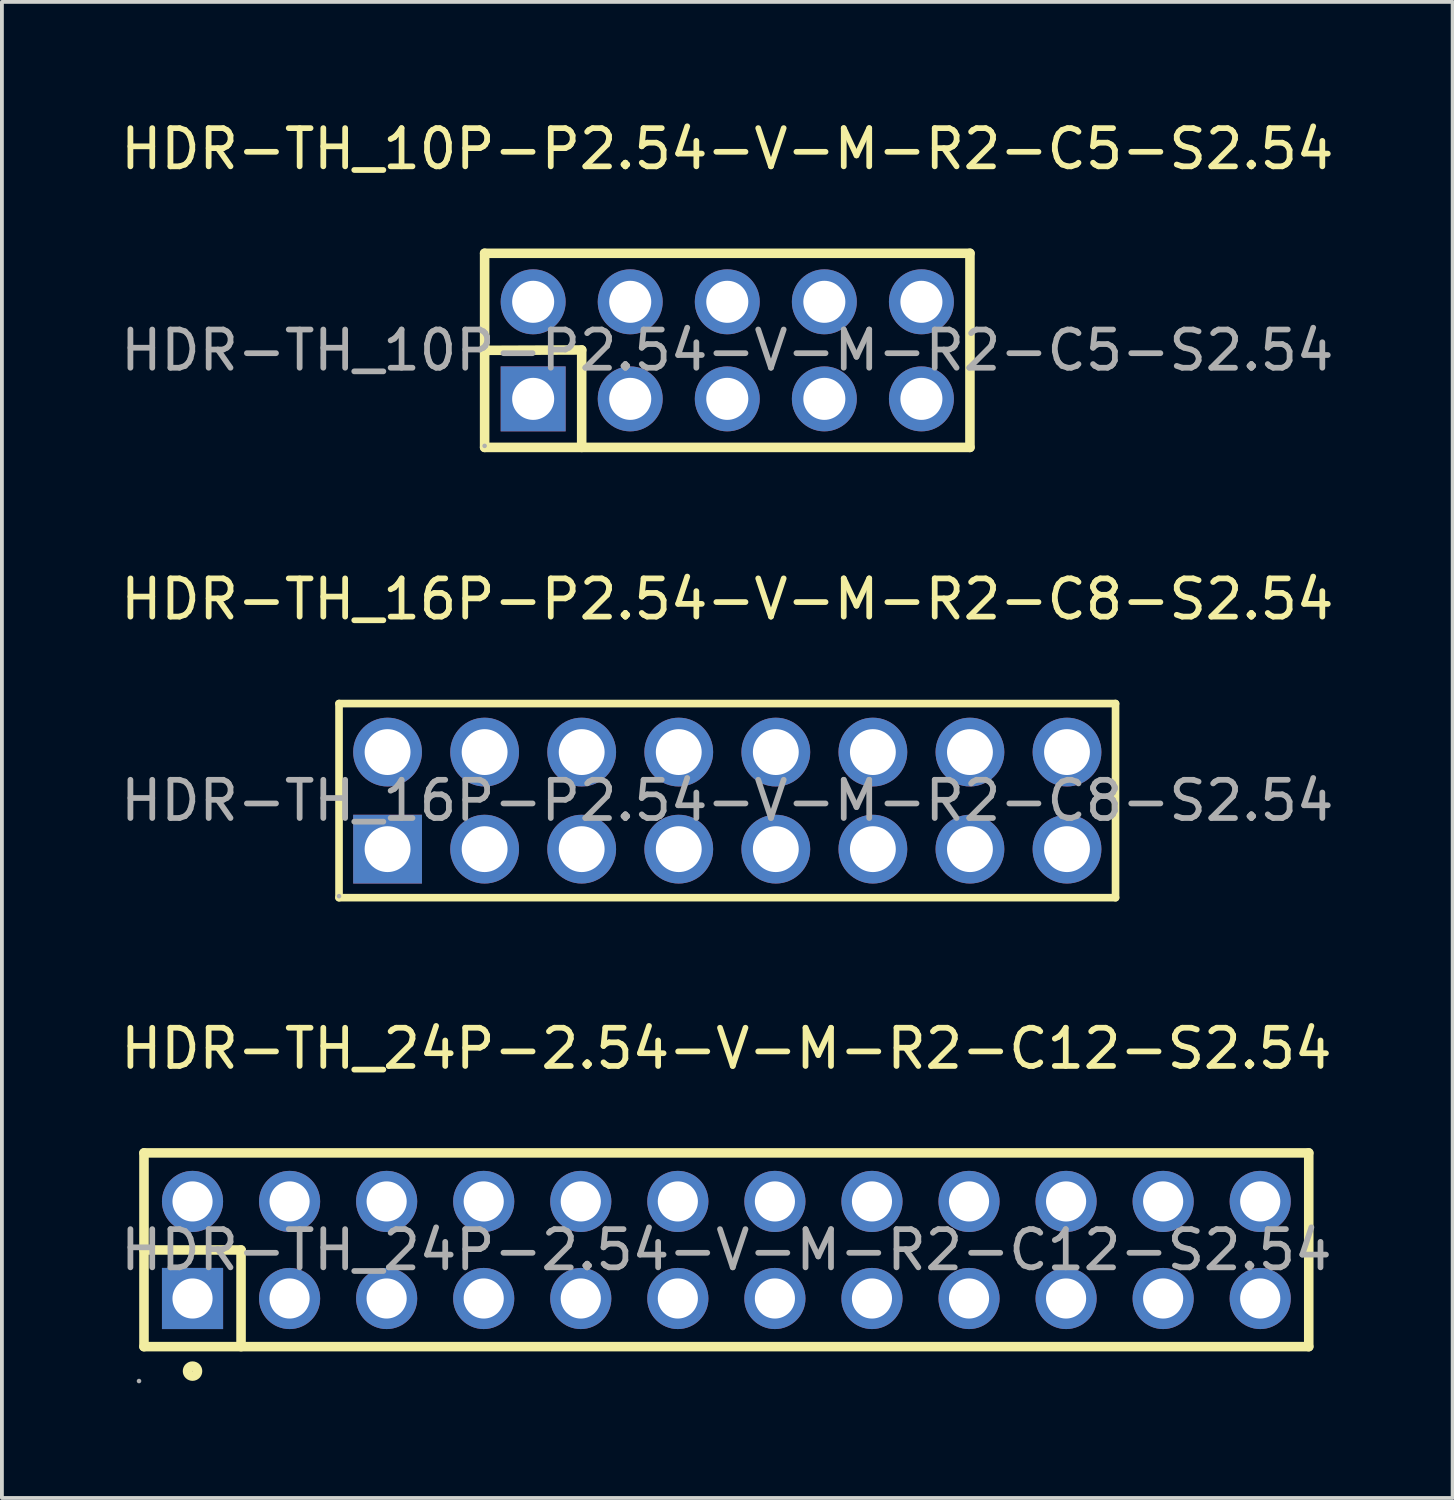
<source format=kicad_pcb>
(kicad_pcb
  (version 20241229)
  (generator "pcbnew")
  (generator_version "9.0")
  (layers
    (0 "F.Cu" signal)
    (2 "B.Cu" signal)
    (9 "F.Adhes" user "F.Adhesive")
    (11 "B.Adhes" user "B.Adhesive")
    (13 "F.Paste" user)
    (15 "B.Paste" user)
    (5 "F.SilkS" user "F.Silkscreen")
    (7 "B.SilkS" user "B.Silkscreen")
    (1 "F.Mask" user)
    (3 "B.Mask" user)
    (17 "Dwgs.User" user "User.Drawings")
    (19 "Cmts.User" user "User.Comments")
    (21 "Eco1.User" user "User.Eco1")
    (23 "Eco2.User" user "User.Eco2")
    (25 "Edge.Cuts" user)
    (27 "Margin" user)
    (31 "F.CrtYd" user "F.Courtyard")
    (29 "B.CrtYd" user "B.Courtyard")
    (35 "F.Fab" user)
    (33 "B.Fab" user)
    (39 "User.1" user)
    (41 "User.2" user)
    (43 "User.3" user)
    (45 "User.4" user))
  (footprint "HDR-TH_10P-P2.54-V-M-R2-C5-S2.54"
    (layer "F.Cu")
    (at 15.982 6.118)
    (property "Reference" "HDR-TH_10P-P2.54-V-M-R2-C5-S2.54" (at 0 -5.27 0) (layer "F.SilkS") (effects (font (size 1 1) (thickness 0.15))))
    (attr through_hole)
    (fp_line (start -6.35 -2.54) (end -6.35 2.54) (stroke (width 0.25) (type solid)) (layer "F.SilkS"))
    (fp_line (start -6.35 -2.54) (end 6.35 -2.54) (stroke (width 0.25) (type solid)) (layer "F.SilkS"))
    (fp_line (start -6.35 0) (end -3.81 -0.01) (stroke (width 0.25) (type solid)) (layer "F.SilkS"))
    (fp_line (start -6.35 2.54) (end 6.35 2.54) (stroke (width 0.25) (type solid)) (layer "F.SilkS"))
    (fp_line (start -3.81 -0.01) (end -3.81 2.54) (stroke (width 0.25) (type solid)) (layer "F.SilkS"))
    (fp_line (start 6.35 -2.54) (end 6.35 2.54) (stroke (width 0.25) (type solid)) (layer "F.SilkS"))
    (fp_circle (center -6.35 2.5) (end -6.32 2.5) (stroke (width 0.06) (type solid)) (fill no) (layer "F.Fab"))
    (fp_text user "${REFERENCE}" (at 0 0 0) (layer "F.Fab") (effects (font (size 1 1) (thickness 0.15))))
    (pad "1" thru_hole rect (at -5.08 1.27) (size 1.7 1.7) (drill 1.1) (layers "*.Cu" "*.Mask"))
    (pad "2" thru_hole circle (at -5.08 -1.27) (size 1.7 1.7) (drill 1.1) (layers "*.Cu" "*.Mask"))
    (pad "3" thru_hole circle (at -2.54 1.27) (size 1.7 1.7) (drill 1.1) (layers "*.Cu" "*.Mask"))
    (pad "4" thru_hole circle (at -2.54 -1.27) (size 1.7 1.7) (drill 1.1) (layers "*.Cu" "*.Mask"))
    (pad "5" thru_hole circle (at 0 1.27) (size 1.7 1.7) (drill 1.1) (layers "*.Cu" "*.Mask"))
    (pad "6" thru_hole circle (at 0 -1.27) (size 1.7 1.7) (drill 1.1) (layers "*.Cu" "*.Mask"))
    (pad "7" thru_hole circle (at 2.54 1.27) (size 1.7 1.7) (drill 1.1) (layers "*.Cu" "*.Mask"))
    (pad "8" thru_hole circle (at 2.54 -1.27) (size 1.7 1.7) (drill 1.1) (layers "*.Cu" "*.Mask"))
    (pad "9" thru_hole circle (at 5.08 1.27) (size 1.7 1.7) (drill 1.1) (layers "*.Cu" "*.Mask"))
    (pad "10" thru_hole circle (at 5.08 -1.27) (size 1.7 1.7) (drill 1.1) (layers "*.Cu" "*.Mask")))
  (footprint "HDR-TH_24P-2.54-V-M-R2-C12-S2.54"
    (layer "F.Cu")
    (at 15.958 29.66)
    (property "Reference" "HDR-TH_24P-2.54-V-M-R2-C12-S2.54" (at 0 -5.27 0) (layer "F.SilkS") (effects (font (size 1 1) (thickness 0.15))))
    (attr through_hole)
    (fp_line (start -15.24 -2.54) (end 15.24 -2.54) (stroke (width 0.25) (type solid)) (layer "F.SilkS"))
    (fp_line (start -15.24 0) (end -12.7 0) (stroke (width 0.25) (type solid)) (layer "F.SilkS"))
    (fp_line (start -15.24 2.53) (end -15.24 -2.54) (stroke (width 0.25) (type solid)) (layer "F.SilkS"))
    (fp_line (start -12.7 0) (end -12.7 2.53) (stroke (width 0.25) (type solid)) (layer "F.SilkS"))
    (fp_line (start 15.24 -2.54) (end 15.24 2.53) (stroke (width 0.25) (type solid)) (layer "F.SilkS"))
    (fp_line (start 15.24 2.53) (end -15.24 2.53) (stroke (width 0.25) (type solid)) (layer "F.SilkS"))
    (fp_circle (center -13.97 3.17) (end -13.84 3.17) (stroke (width 0.25) (type solid)) (fill no) (layer "F.SilkS"))
    (fp_circle (center -15.37 3.43) (end -15.34 3.43) (stroke (width 0.06) (type solid)) (fill no) (layer "F.Fab"))
    (fp_circle (center -13.97 -1.27) (end -13.76 -1.27) (stroke (width 0.42) (type solid)) (fill no) (layer "F.Fab"))
    (fp_circle (center -13.97 1.27) (end -13.76 1.27) (stroke (width 0.42) (type solid)) (fill no) (layer "F.Fab"))
    (fp_circle (center -11.43 -1.27) (end -11.22 -1.27) (stroke (width 0.42) (type solid)) (fill no) (layer "F.Fab"))
    (fp_circle (center -11.43 1.27) (end -11.22 1.27) (stroke (width 0.42) (type solid)) (fill no) (layer "F.Fab"))
    (fp_circle (center -8.89 -1.27) (end -8.68 -1.27) (stroke (width 0.42) (type solid)) (fill no) (layer "F.Fab"))
    (fp_circle (center -8.89 1.27) (end -8.68 1.27) (stroke (width 0.42) (type solid)) (fill no) (layer "F.Fab"))
    (fp_circle (center -6.35 -1.27) (end -6.14 -1.27) (stroke (width 0.42) (type solid)) (fill no) (layer "F.Fab"))
    (fp_circle (center -6.35 1.27) (end -6.14 1.27) (stroke (width 0.42) (type solid)) (fill no) (layer "F.Fab"))
    (fp_circle (center -3.81 -1.27) (end -3.6 -1.27) (stroke (width 0.42) (type solid)) (fill no) (layer "F.Fab"))
    (fp_circle (center -3.81 1.27) (end -3.6 1.27) (stroke (width 0.42) (type solid)) (fill no) (layer "F.Fab"))
    (fp_circle (center -1.27 -1.27) (end -1.06 -1.27) (stroke (width 0.42) (type solid)) (fill no) (layer "F.Fab"))
    (fp_circle (center -1.27 1.27) (end -1.06 1.27) (stroke (width 0.42) (type solid)) (fill no) (layer "F.Fab"))
    (fp_circle (center 1.27 -1.27) (end 1.48 -1.27) (stroke (width 0.42) (type solid)) (fill no) (layer "F.Fab"))
    (fp_circle (center 1.27 1.27) (end 1.48 1.27) (stroke (width 0.42) (type solid)) (fill no) (layer "F.Fab"))
    (fp_circle (center 3.81 -1.27) (end 4.02 -1.27) (stroke (width 0.42) (type solid)) (fill no) (layer "F.Fab"))
    (fp_circle (center 3.81 1.27) (end 4.02 1.27) (stroke (width 0.42) (type solid)) (fill no) (layer "F.Fab"))
    (fp_circle (center 6.35 -1.27) (end 6.56 -1.27) (stroke (width 0.42) (type solid)) (fill no) (layer "F.Fab"))
    (fp_circle (center 6.35 1.27) (end 6.56 1.27) (stroke (width 0.42) (type solid)) (fill no) (layer "F.Fab"))
    (fp_circle (center 8.89 -1.27) (end 9.1 -1.27) (stroke (width 0.42) (type solid)) (fill no) (layer "F.Fab"))
    (fp_circle (center 8.89 1.27) (end 9.1 1.27) (stroke (width 0.42) (type solid)) (fill no) (layer "F.Fab"))
    (fp_circle (center 11.43 -1.27) (end 11.64 -1.27) (stroke (width 0.42) (type solid)) (fill no) (layer "F.Fab"))
    (fp_circle (center 11.43 1.27) (end 11.64 1.27) (stroke (width 0.42) (type solid)) (fill no) (layer "F.Fab"))
    (fp_circle (center 13.97 -1.27) (end 14.18 -1.27) (stroke (width 0.42) (type solid)) (fill no) (layer "F.Fab"))
    (fp_circle (center 13.97 1.27) (end 14.18 1.27) (stroke (width 0.42) (type solid)) (fill no) (layer "F.Fab"))
    (fp_text user "${REFERENCE}" (at 0 0 0) (layer "F.Fab") (effects (font (size 1 1) (thickness 0.15))))
    (pad "1" thru_hole rect (at -13.97 1.27) (size 1.6 1.6) (drill 1.05) (layers "*.Cu" "*.Mask"))
    (pad "2" thru_hole circle (at -13.97 -1.27) (size 1.6 1.6) (drill 1.05) (layers "*.Cu" "*.Mask"))
    (pad "3" thru_hole circle (at -11.43 1.27) (size 1.6 1.6) (drill 1.05) (layers "*.Cu" "*.Mask"))
    (pad "4" thru_hole circle (at -11.43 -1.27) (size 1.6 1.6) (drill 1.05) (layers "*.Cu" "*.Mask"))
    (pad "5" thru_hole circle (at -8.89 1.27) (size 1.6 1.6) (drill 1.05) (layers "*.Cu" "*.Mask"))
    (pad "6" thru_hole circle (at -8.89 -1.27) (size 1.6 1.6) (drill 1.05) (layers "*.Cu" "*.Mask"))
    (pad "7" thru_hole circle (at -6.35 1.27) (size 1.6 1.6) (drill 1.05) (layers "*.Cu" "*.Mask"))
    (pad "8" thru_hole circle (at -6.35 -1.27) (size 1.6 1.6) (drill 1.05) (layers "*.Cu" "*.Mask"))
    (pad "9" thru_hole circle (at -3.81 1.27) (size 1.6 1.6) (drill 1.05) (layers "*.Cu" "*.Mask"))
    (pad "10" thru_hole circle (at -3.81 -1.27) (size 1.6 1.6) (drill 1.05) (layers "*.Cu" "*.Mask"))
    (pad "11" thru_hole circle (at -1.27 1.27) (size 1.6 1.6) (drill 1.05) (layers "*.Cu" "*.Mask"))
    (pad "12" thru_hole circle (at -1.27 -1.27) (size 1.6 1.6) (drill 1.05) (layers "*.Cu" "*.Mask"))
    (pad "13" thru_hole circle (at 1.27 1.27) (size 1.6 1.6) (drill 1.05) (layers "*.Cu" "*.Mask"))
    (pad "14" thru_hole circle (at 1.27 -1.27) (size 1.6 1.6) (drill 1.05) (layers "*.Cu" "*.Mask"))
    (pad "15" thru_hole circle (at 3.81 1.27) (size 1.6 1.6) (drill 1.05) (layers "*.Cu" "*.Mask"))
    (pad "16" thru_hole circle (at 3.81 -1.27) (size 1.6 1.6) (drill 1.05) (layers "*.Cu" "*.Mask"))
    (pad "17" thru_hole circle (at 6.35 1.27) (size 1.6 1.6) (drill 1.05) (layers "*.Cu" "*.Mask"))
    (pad "18" thru_hole circle (at 6.35 -1.27) (size 1.6 1.6) (drill 1.05) (layers "*.Cu" "*.Mask"))
    (pad "19" thru_hole circle (at 8.89 1.27) (size 1.6 1.6) (drill 1.05) (layers "*.Cu" "*.Mask"))
    (pad "20" thru_hole circle (at 8.89 -1.27) (size 1.6 1.6) (drill 1.05) (layers "*.Cu" "*.Mask"))
    (pad "21" thru_hole circle (at 11.43 1.27) (size 1.6 1.6) (drill 1.05) (layers "*.Cu" "*.Mask"))
    (pad "22" thru_hole circle (at 11.43 -1.27) (size 1.6 1.6) (drill 1.05) (layers "*.Cu" "*.Mask"))
    (pad "23" thru_hole circle (at 13.97 1.27) (size 1.6 1.6) (drill 1.05) (layers "*.Cu" "*.Mask"))
    (pad "24" thru_hole circle (at 13.97 -1.27) (size 1.6 1.6) (drill 1.05) (layers "*.Cu" "*.Mask")))
  (footprint "HDR-TH_16P-P2.54-V-M-R2-C8-S2.54"
    (layer "F.Cu")
    (at 15.982 17.901)
    (property "Reference" "HDR-TH_16P-P2.54-V-M-R2-C8-S2.54" (at 0 -5.27 0) (layer "F.SilkS") (effects (font (size 1 1) (thickness 0.15))))
    (attr through_hole)
    (fp_line (start -10.16 -2.54) (end -10.16 2.54) (stroke (width 0.2) (type solid)) (layer "F.SilkS"))
    (fp_line (start -10.16 2.54) (end 10.16 2.54) (stroke (width 0.2) (type solid)) (layer "F.SilkS"))
    (fp_line (start 10.16 -2.54) (end -10.16 -2.54) (stroke (width 0.2) (type solid)) (layer "F.SilkS"))
    (fp_line (start 10.16 2.54) (end 10.16 -2.54) (stroke (width 0.2) (type solid)) (layer "F.SilkS"))
    (fp_circle (center -10.16 2.5) (end -10.13 2.5) (stroke (width 0.06) (type solid)) (fill no) (layer "F.Fab"))
    (fp_text user "${REFERENCE}" (at 0 0 0) (layer "F.Fab") (effects (font (size 1 1) (thickness 0.15))))
    (pad "1" thru_hole rect (at -8.89 1.27) (size 1.8 1.8) (drill 1.2) (layers "*.Cu" "*.Mask"))
    (pad "2" thru_hole circle (at -8.89 -1.27) (size 1.8 1.8) (drill 1.2) (layers "*.Cu" "*.Mask"))
    (pad "3" thru_hole circle (at -6.35 1.27) (size 1.8 1.8) (drill 1.2) (layers "*.Cu" "*.Mask"))
    (pad "4" thru_hole circle (at -6.35 -1.27) (size 1.8 1.8) (drill 1.2) (layers "*.Cu" "*.Mask"))
    (pad "5" thru_hole circle (at -3.81 1.27) (size 1.8 1.8) (drill 1.2) (layers "*.Cu" "*.Mask"))
    (pad "6" thru_hole circle (at -3.81 -1.27) (size 1.8 1.8) (drill 1.2) (layers "*.Cu" "*.Mask"))
    (pad "7" thru_hole circle (at -1.27 1.27) (size 1.8 1.8) (drill 1.2) (layers "*.Cu" "*.Mask"))
    (pad "8" thru_hole circle (at -1.27 -1.27) (size 1.8 1.8) (drill 1.2) (layers "*.Cu" "*.Mask"))
    (pad "9" thru_hole circle (at 1.27 1.27) (size 1.8 1.8) (drill 1.2) (layers "*.Cu" "*.Mask"))
    (pad "10" thru_hole circle (at 1.27 -1.27) (size 1.8 1.8) (drill 1.2) (layers "*.Cu" "*.Mask"))
    (pad "11" thru_hole circle (at 3.81 1.27) (size 1.8 1.8) (drill 1.2) (layers "*.Cu" "*.Mask"))
    (pad "12" thru_hole circle (at 3.81 -1.27) (size 1.8 1.8) (drill 1.2) (layers "*.Cu" "*.Mask"))
    (pad "13" thru_hole circle (at 6.35 1.27) (size 1.8 1.8) (drill 1.2) (layers "*.Cu" "*.Mask"))
    (pad "14" thru_hole circle (at 6.35 -1.27) (size 1.8 1.8) (drill 1.2) (layers "*.Cu" "*.Mask"))
    (pad "15" thru_hole circle (at 8.89 1.27) (size 1.8 1.8) (drill 1.2) (layers "*.Cu" "*.Mask"))
    (pad "16" thru_hole circle (at 8.89 -1.27) (size 1.8 1.8) (drill 1.2) (layers "*.Cu" "*.Mask")))
  (gr_rect
    (start -3 -3)
    (end 34.964 36.15)
    (stroke (width 0.1) (type default))
    (fill no)
    (layer "Edge.Cuts")))
</source>
